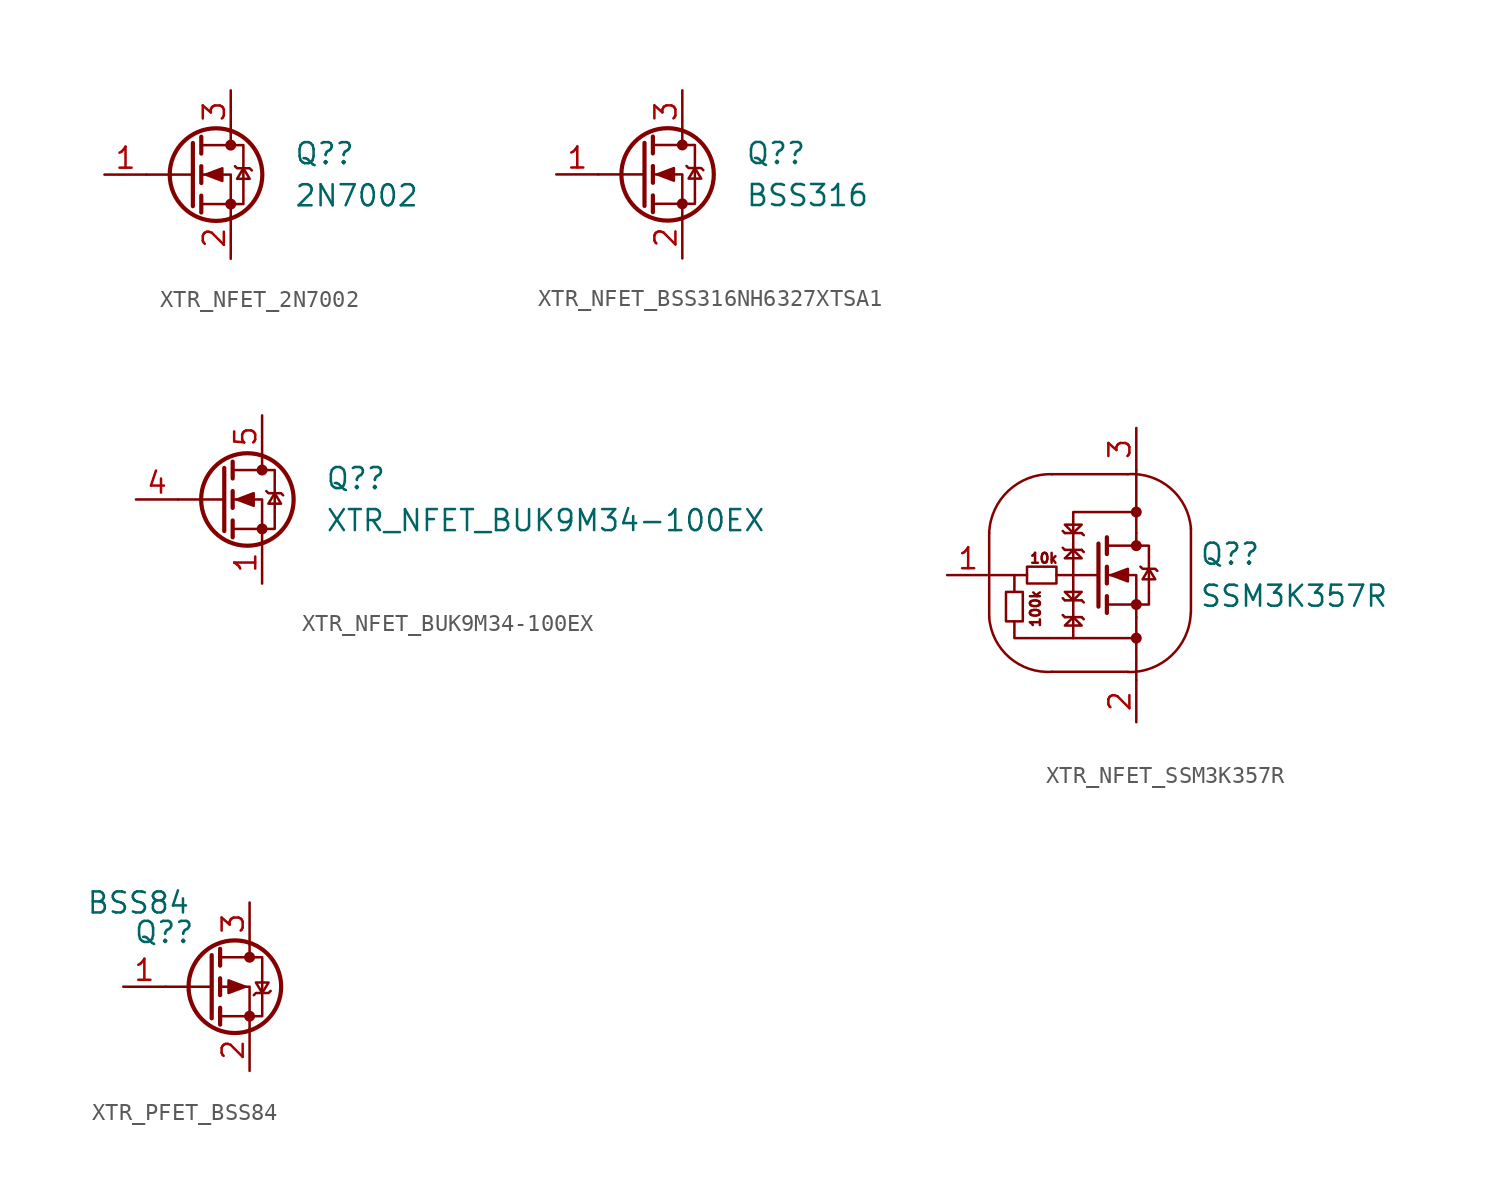
<source format=kicad_sym>
(kicad_symbol_lib
  (version 20231120)
  (generator "kicad_symbol_editor")
  (generator_version "8.0")
  (symbol "XTR_NFET_2N7002"
    (pin_names hide)
    (property "Reference" "Q?"
      (at 6.35 1.27 0)
      (effects (font (size 1.27 1.27)) (justify left)))
    (property "Value" "2N7002"
      (at 6.35 -1.27 0)
      (effects (font (size 1.27 1.27)) (justify left)))
    (symbol "XTR_NFET_2N7002_0_1"
      (polyline (pts (xy 0.254 0) (xy -2.54 0)) (stroke (width 0) (type default)) (fill (type none)))
      (polyline (pts (xy 0.254 1.905) (xy 0.254 -1.905)) (stroke (width 0.254) (type default)) (fill (type none)))
      (polyline (pts (xy 0.762 -1.27) (xy 0.762 -2.286)) (stroke (width 0.254) (type default)) (fill (type none)))
      (polyline (pts (xy 0.762 0.508) (xy 0.762 -0.508)) (stroke (width 0.254) (type default)) (fill (type none)))
      (polyline (pts (xy 0.762 2.286) (xy 0.762 1.27)) (stroke (width 0.254) (type default)) (fill (type none)))
      (polyline (pts (xy 2.54 2.54) (xy 2.54 1.778)) (stroke (width 0) (type default)) (fill (type none)))
      (polyline (pts (xy 2.54 -2.54) (xy 2.54 0) (xy 0.762 0)) (stroke (width 0) (type default)) (fill (type none)))
      (polyline (pts (xy 0.762 -1.778) (xy 3.302 -1.778) (xy 3.302 1.778) (xy 0.762 1.778)) (stroke (width 0) (type default)) (fill (type none)))
      (polyline (pts (xy 1.016 0) (xy 2.032 0.381) (xy 2.032 -0.381) (xy 1.016 0)) (stroke (width 0) (type default)) (fill (type outline)))
      (polyline (pts (xy 2.794 0.508) (xy 2.921 0.381) (xy 3.683 0.381) (xy 3.81 0.254)) (stroke (width 0) (type default)) (fill (type none)))
      (polyline (pts (xy 3.302 0.381) (xy 2.921 -0.254) (xy 3.683 -0.254) (xy 3.302 0.381)) (stroke (width 0) (type default)) (fill (type none)))
      (circle (center 1.651 0) (radius 2.794) (stroke (width 0.254) (type default)) (fill (type none)))
      (circle (center 2.54 -1.778) (radius 0.254) (stroke (width 0) (type default)) (fill (type outline)))
      (circle (center 2.54 1.778) (radius 0.254) (stroke (width 0) (type default)) (fill (type outline))))
    (symbol "XTR_NFET_2N7002_1_1"
      (pin input line (at -5.08 0 0) (length 2.54) (name "G" (effects (font (size 1.27 1.27)))) (number "1" (effects (font (size 1.27 1.27)))))
      (pin passive line (at 2.54 -5.08 90) (length 2.54) (name "S" (effects (font (size 1.27 1.27)))) (number "2" (effects (font (size 1.27 1.27)))))
      (pin passive line (at 2.54 5.08 270) (length 2.54) (name "D" (effects (font (size 1.27 1.27)))) (number "3" (effects (font (size 1.27 1.27)))))))
  (symbol "XTR_NFET_BSS316NH6327XTSA1"
    (pin_names hide)
    (property "Reference" "Q?"
      (at 6.35 1.27 0)
      (effects (font (size 1.27 1.27)) (justify left)))
    (property "Value" "BSS316"
      (at 6.35 -1.27 0)
      (effects (font (size 1.27 1.27)) (justify left)))
    (symbol "XTR_NFET_BSS316NH6327XTSA1_0_1"
      (polyline (pts (xy 0.254 0) (xy -2.54 0)) (stroke (width 0) (type default)) (fill (type none)))
      (polyline (pts (xy 0.254 1.905) (xy 0.254 -1.905)) (stroke (width 0.254) (type default)) (fill (type none)))
      (polyline (pts (xy 0.762 -1.27) (xy 0.762 -2.286)) (stroke (width 0.254) (type default)) (fill (type none)))
      (polyline (pts (xy 0.762 0.508) (xy 0.762 -0.508)) (stroke (width 0.254) (type default)) (fill (type none)))
      (polyline (pts (xy 0.762 2.286) (xy 0.762 1.27)) (stroke (width 0.254) (type default)) (fill (type none)))
      (polyline (pts (xy 2.54 2.54) (xy 2.54 1.778)) (stroke (width 0) (type default)) (fill (type none)))
      (polyline (pts (xy 2.54 -2.54) (xy 2.54 0) (xy 0.762 0)) (stroke (width 0) (type default)) (fill (type none)))
      (polyline (pts (xy 0.762 -1.778) (xy 3.302 -1.778) (xy 3.302 1.778) (xy 0.762 1.778)) (stroke (width 0) (type default)) (fill (type none)))
      (polyline (pts (xy 1.016 0) (xy 2.032 0.381) (xy 2.032 -0.381) (xy 1.016 0)) (stroke (width 0) (type default)) (fill (type outline)))
      (polyline (pts (xy 2.794 0.508) (xy 2.921 0.381) (xy 3.683 0.381) (xy 3.81 0.254)) (stroke (width 0) (type default)) (fill (type none)))
      (polyline (pts (xy 3.302 0.381) (xy 2.921 -0.254) (xy 3.683 -0.254) (xy 3.302 0.381)) (stroke (width 0) (type default)) (fill (type none)))
      (circle (center 1.651 0) (radius 2.794) (stroke (width 0.254) (type default)) (fill (type none)))
      (circle (center 2.54 -1.778) (radius 0.254) (stroke (width 0) (type default)) (fill (type outline)))
      (circle (center 2.54 1.778) (radius 0.254) (stroke (width 0) (type default)) (fill (type outline))))
    (symbol "XTR_NFET_BSS316NH6327XTSA1_1_1"
      (pin input line (at -5.08 0 0) (length 2.54) (name "G" (effects (font (size 1.27 1.27)))) (number "1" (effects (font (size 1.27 1.27)))))
      (pin passive line (at 2.54 -5.08 90) (length 2.54) (name "S" (effects (font (size 1.27 1.27)))) (number "2" (effects (font (size 1.27 1.27)))))
      (pin passive line (at 2.54 5.08 270) (length 2.54) (name "D" (effects (font (size 1.27 1.27)))) (number "3" (effects (font (size 1.27 1.27)))))))
  (symbol "XTR_NFET_BUK9M34-100EX"
    (pin_names hide)
    (property "Reference" "Q?"
      (at 6.35 1.27 0)
      (effects (font (size 1.27 1.27)) (justify left)))
    (property "Value" "XTR_NFET_BUK9M34-100EX"
      (at 6.35 -1.27 0)
      (effects (font (size 1.27 1.27)) (justify left)))
    (symbol "XTR_NFET_BUK9M34-100EX_0_1"
      (polyline (pts (xy 0.254 0) (xy -2.54 0)) (stroke (width 0) (type default)) (fill (type none)))
      (polyline (pts (xy 0.254 1.905) (xy 0.254 -1.905)) (stroke (width 0.254) (type default)) (fill (type none)))
      (polyline (pts (xy 0.762 -1.27) (xy 0.762 -2.286)) (stroke (width 0.254) (type default)) (fill (type none)))
      (polyline (pts (xy 0.762 0.508) (xy 0.762 -0.508)) (stroke (width 0.254) (type default)) (fill (type none)))
      (polyline (pts (xy 0.762 2.286) (xy 0.762 1.27)) (stroke (width 0.254) (type default)) (fill (type none)))
      (polyline (pts (xy 2.54 2.54) (xy 2.54 1.778)) (stroke (width 0) (type default)) (fill (type none)))
      (polyline (pts (xy 2.54 -2.54) (xy 2.54 0) (xy 0.762 0)) (stroke (width 0) (type default)) (fill (type none)))
      (polyline (pts (xy 0.762 -1.778) (xy 3.302 -1.778) (xy 3.302 1.778) (xy 0.762 1.778)) (stroke (width 0) (type default)) (fill (type none)))
      (polyline (pts (xy 1.016 0) (xy 2.032 0.381) (xy 2.032 -0.381) (xy 1.016 0)) (stroke (width 0) (type default)) (fill (type outline)))
      (polyline (pts (xy 2.794 0.508) (xy 2.921 0.381) (xy 3.683 0.381) (xy 3.81 0.254)) (stroke (width 0) (type default)) (fill (type none)))
      (polyline (pts (xy 3.302 0.381) (xy 2.921 -0.254) (xy 3.683 -0.254) (xy 3.302 0.381)) (stroke (width 0) (type default)) (fill (type none)))
      (circle (center 1.651 0) (radius 2.794) (stroke (width 0.254) (type default)) (fill (type none)))
      (circle (center 2.54 -1.778) (radius 0.254) (stroke (width 0) (type default)) (fill (type outline)))
      (circle (center 2.54 1.778) (radius 0.254) (stroke (width 0) (type default)) (fill (type outline))))
    (symbol "XTR_NFET_BUK9M34-100EX_1_1"
      (pin passive line (at 2.54 -5.08 90) (length 2.54) (name "S" (effects (font (size 1.27 1.27)))) (number "1" (effects (font (size 1.27 1.27)))))
      (pin passive line (at 2.54 -5.08 90) (length 2.54) hide (name "S" (effects (font (size 1.27 1.27)))) (number "2" (effects (font (size 1.27 1.27)))))
      (pin passive line (at 2.54 -5.08 90) (length 2.54) hide (name "S" (effects (font (size 1.27 1.27)))) (number "3" (effects (font (size 1.27 1.27)))))
      (pin passive line (at -5.08 0 0) (length 2.54) (name "G" (effects (font (size 1.27 1.27)))) (number "4" (effects (font (size 1.27 1.27)))))
      (pin passive line (at 2.54 5.08 270) (length 2.54) (name "D" (effects (font (size 1.27 1.27)))) (number "5" (effects (font (size 1.27 1.27)))))))
  (symbol "XTR_NFET_SSM3K357R"
    (pin_names hide)
    (property "Reference" "Q?"
      (at 6.35 1.27 0)
      (effects (font (size 1.27 1.27)) (justify left)))
    (property "Value" "SSM3K357R"
      (at 6.35 -1.27 0)
      (effects (font (size 1.27 1.27)) (justify left)))
    (symbol "XTR_NFET_SSM3K357R_0_1"
      (rectangle (start -5.334 -2.794) (end -4.318 -1.016) (stroke (width 0) (type default)) (fill (type none)))
      (rectangle (start -4.064 0.508) (end -2.286 -0.508) (stroke (width 0) (type default)) (fill (type none)))
      (polyline (pts (xy -4.826 0) (xy -6.35 0)) (stroke (width 0) (type default)) (fill (type none)))
      (polyline (pts (xy -1.778 -2.54) (xy -1.905 -2.413)) (stroke (width 0) (type default)) (fill (type none)))
      (polyline (pts (xy -1.778 -1.524) (xy -1.905 -1.397)) (stroke (width 0) (type default)) (fill (type none)))
      (polyline (pts (xy -1.778 1.524) (xy -1.905 1.651)) (stroke (width 0) (type default)) (fill (type none)))
      (polyline (pts (xy -1.778 2.54) (xy -1.905 2.667)) (stroke (width 0) (type default)) (fill (type none)))
      (polyline (pts (xy -0.762 -2.54) (xy -1.778 -2.54)) (stroke (width 0) (type default)) (fill (type none)))
      (polyline (pts (xy -0.762 -1.524) (xy -1.778 -1.524)) (stroke (width 0) (type default)) (fill (type none)))
      (polyline (pts (xy -0.762 1.524) (xy -1.778 1.524)) (stroke (width 0) (type default)) (fill (type none)))
      (polyline (pts (xy -0.762 2.54) (xy -1.778 2.54)) (stroke (width 0) (type default)) (fill (type none)))
      (polyline (pts (xy -0.635 -2.667) (xy -0.762 -2.54)) (stroke (width 0) (type default)) (fill (type none)))
      (polyline (pts (xy -0.635 -1.651) (xy -0.762 -1.524)) (stroke (width 0) (type default)) (fill (type none)))
      (polyline (pts (xy -0.635 1.397) (xy -0.762 1.524)) (stroke (width 0) (type default)) (fill (type none)))
      (polyline (pts (xy -0.635 2.413) (xy -0.762 2.54)) (stroke (width 0) (type default)) (fill (type none)))
      (polyline (pts (xy 0.254 0) (xy -2.286 0)) (stroke (width 0) (type default)) (fill (type none)))
      (polyline (pts (xy 0.254 1.905) (xy 0.254 -1.905)) (stroke (width 0.254) (type default)) (fill (type none)))
      (polyline (pts (xy 0.762 -1.27) (xy 0.762 -2.286)) (stroke (width 0.254) (type default)) (fill (type none)))
      (polyline (pts (xy 0.762 0.508) (xy 0.762 -0.508)) (stroke (width 0.254) (type default)) (fill (type none)))
      (polyline (pts (xy 0.762 2.286) (xy 0.762 1.27)) (stroke (width 0.254) (type default)) (fill (type none)))
      (polyline (pts (xy 2.54 2.54) (xy 2.54 1.778)) (stroke (width 0) (type default)) (fill (type none)))
      (polyline (pts (xy -4.826 -1.016) (xy -4.826 0) (xy -4.064 0)) (stroke (width 0) (type default)) (fill (type none)))
      (polyline (pts (xy -1.27 -3.81) (xy -4.826 -3.81) (xy -4.826 -2.794)) (stroke (width 0) (type default)) (fill (type none)))
      (polyline (pts (xy 2.54 -2.54) (xy 2.54 0) (xy 0.762 0)) (stroke (width 0) (type default)) (fill (type none)))
      (polyline (pts (xy -1.27 -2.54) (xy -0.762 -3.048) (xy -1.778 -3.048) (xy -1.27 -2.54)) (stroke (width 0) (type default)) (fill (type none)))
      (polyline (pts (xy -1.27 -1.524) (xy -0.762 -1.016) (xy -1.778 -1.016) (xy -1.27 -1.524)) (stroke (width 0) (type default)) (fill (type none)))
      (polyline (pts (xy -1.27 1.524) (xy -0.762 1.016) (xy -1.778 1.016) (xy -1.27 1.524)) (stroke (width 0) (type default)) (fill (type none)))
      (polyline (pts (xy -1.27 2.54) (xy -0.762 3.048) (xy -1.778 3.048) (xy -1.27 2.54)) (stroke (width 0) (type default)) (fill (type none)))
      (polyline (pts (xy 0.762 -1.778) (xy 3.302 -1.778) (xy 3.302 1.778) (xy 0.762 1.778)) (stroke (width 0) (type default)) (fill (type none)))
      (polyline (pts (xy 1.016 0) (xy 2.032 0.381) (xy 2.032 -0.381) (xy 1.016 0)) (stroke (width 0) (type default)) (fill (type outline)))
      (polyline (pts (xy 2.794 0.508) (xy 2.921 0.381) (xy 3.683 0.381) (xy 3.81 0.254)) (stroke (width 0) (type default)) (fill (type none)))
      (polyline (pts (xy 3.302 0.381) (xy 2.921 -0.254) (xy 3.683 -0.254) (xy 3.302 0.381)) (stroke (width 0) (type default)) (fill (type none)))
      (polyline (pts (xy -1.27 0) (xy -1.27 3.81) (xy 2.54 3.81) (xy 2.54 2.54) (xy 2.54 6.35)) (stroke (width 0) (type default)) (fill (type none)))
      (polyline (pts (xy -1.27 0) (xy -1.27 -3.81) (xy 2.54 -3.81) (xy 2.54 -2.54) (xy 2.54 -3.81) (xy 2.54 -6.35)) (stroke (width 0) (type default)) (fill (type none)))
      (circle (center 2.54 -3.81) (radius 0.254) (stroke (width 0) (type default)) (fill (type outline)))
      (circle (center 2.54 -1.778) (radius 0.254) (stroke (width 0) (type default)) (fill (type outline)))
      (circle (center 2.54 1.778) (radius 0.254) (stroke (width 0) (type default)) (fill (type outline)))
      (circle (center 2.54 3.81) (radius 0.254) (stroke (width 0) (type default)) (fill (type outline))))
    (symbol "XTR_NFET_SSM3K357R_1_1"
      (arc (start -6.35 -2.54) (mid -5.1286 -4.9798) (end -2.54 -5.842) (stroke (width 0) (type default)) (fill (type none)))
      (arc (start -2.54 6.096) (mid -5.1802 5.1057) (end -6.35 2.54) (stroke (width 0) (type default)) (fill (type none)))
      (polyline (pts (xy -6.35 -2.54) (xy -6.35 2.54)) (stroke (width 0) (type default)) (fill (type none)))
      (polyline (pts (xy -2.54 -5.842) (xy 2.032 -5.842)) (stroke (width 0) (type default)) (fill (type none)))
      (polyline (pts (xy -2.54 6.096) (xy 2.032 6.096)) (stroke (width 0) (type default)) (fill (type none)))
      (polyline (pts (xy 5.842 2.794) (xy 5.842 -2.286)) (stroke (width 0) (type default)) (fill (type none)))
      (arc (start 2.0207 -5.8562) (mid 4.6609 -4.8659) (end 5.8307 -2.3002) (stroke (width 0) (type default)) (fill (type none)))
      (arc (start 5.8429 2.795) (mid 4.6215 5.2348) (end 2.0329 6.097) (stroke (width 0) (type default)) (fill (type none)))
      (text "100k" (at -3.556 -2.032 900) (effects (font (size 0.6 0.6))))
      (text "10k" (at -3.048 1.016 0) (effects (font (size 0.6 0.6))))
      (pin input line (at -8.89 0 0) (length 2.54) (name "G" (effects (font (size 1.27 1.27)))) (number "1" (effects (font (size 1.27 1.27)))))
      (pin passive line (at 2.54 -8.89 90) (length 2.54) (name "S" (effects (font (size 1.27 1.27)))) (number "2" (effects (font (size 1.27 1.27)))))
      (pin passive line (at 2.54 8.89 270) (length 2.54) (name "D" (effects (font (size 1.27 1.27)))) (number "3" (effects (font (size 1.27 1.27)))))))
  (symbol "XTR_PFET_BSS84"
    (pin_names hide)
    (property "Reference" "Q?"
      (at -0.762 2.54 0)
      (effects (font (size 1.27 1.27)) (justify right bottom)))
    (property "Value" "BSS84"
      (at -1.016 4.318 0)
      (effects (font (size 1.27 1.27)) (justify right bottom)))
    (symbol "XTR_PFET_BSS84_0_1"
      (polyline (pts (xy 0.254 0) (xy -2.54 0)) (stroke (width 0) (type default)) (fill (type none)))
      (polyline (pts (xy 0.254 1.905) (xy 0.254 -1.905)) (stroke (width 0.254) (type default)) (fill (type none)))
      (polyline (pts (xy 0.762 -1.27) (xy 0.762 -2.286)) (stroke (width 0.254) (type default)) (fill (type none)))
      (polyline (pts (xy 0.762 0.508) (xy 0.762 -0.508)) (stroke (width 0.254) (type default)) (fill (type none)))
      (polyline (pts (xy 0.762 2.286) (xy 0.762 1.27)) (stroke (width 0.254) (type default)) (fill (type none)))
      (polyline (pts (xy 2.54 2.54) (xy 2.54 1.778)) (stroke (width 0) (type default)) (fill (type none)))
      (polyline (pts (xy 2.54 -2.54) (xy 2.54 0) (xy 0.762 0)) (stroke (width 0) (type default)) (fill (type none)))
      (polyline (pts (xy 0.762 1.778) (xy 3.302 1.778) (xy 3.302 -1.778) (xy 0.762 -1.778)) (stroke (width 0) (type default)) (fill (type none)))
      (polyline (pts (xy 2.286 0) (xy 1.27 0.381) (xy 1.27 -0.381) (xy 2.286 0)) (stroke (width 0) (type default)) (fill (type outline)))
      (polyline (pts (xy 2.794 -0.508) (xy 2.921 -0.381) (xy 3.683 -0.381) (xy 3.81 -0.254)) (stroke (width 0) (type default)) (fill (type none)))
      (polyline (pts (xy 3.302 -0.381) (xy 2.921 0.254) (xy 3.683 0.254) (xy 3.302 -0.381)) (stroke (width 0) (type default)) (fill (type none)))
      (circle (center 1.651 0) (radius 2.794) (stroke (width 0.254) (type default)) (fill (type none)))
      (circle (center 2.54 -1.778) (radius 0.254) (stroke (width 0) (type default)) (fill (type outline)))
      (circle (center 2.54 1.778) (radius 0.254) (stroke (width 0) (type default)) (fill (type outline))))
    (symbol "XTR_PFET_BSS84_1_1"
      (pin input line (at -5.08 0 0) (length 2.54) (name "G" (effects (font (size 1.27 1.27)))) (number "1" (effects (font (size 1.27 1.27)))))
      (pin passive line (at 2.54 -5.08 90) (length 2.54) (name "S" (effects (font (size 1.27 1.27)))) (number "2" (effects (font (size 1.27 1.27)))))
      (pin passive line (at 2.54 5.08 270) (length 2.54) (name "D" (effects (font (size 1.27 1.27)))) (number "3" (effects (font (size 1.27 1.27))))))))
</source>
